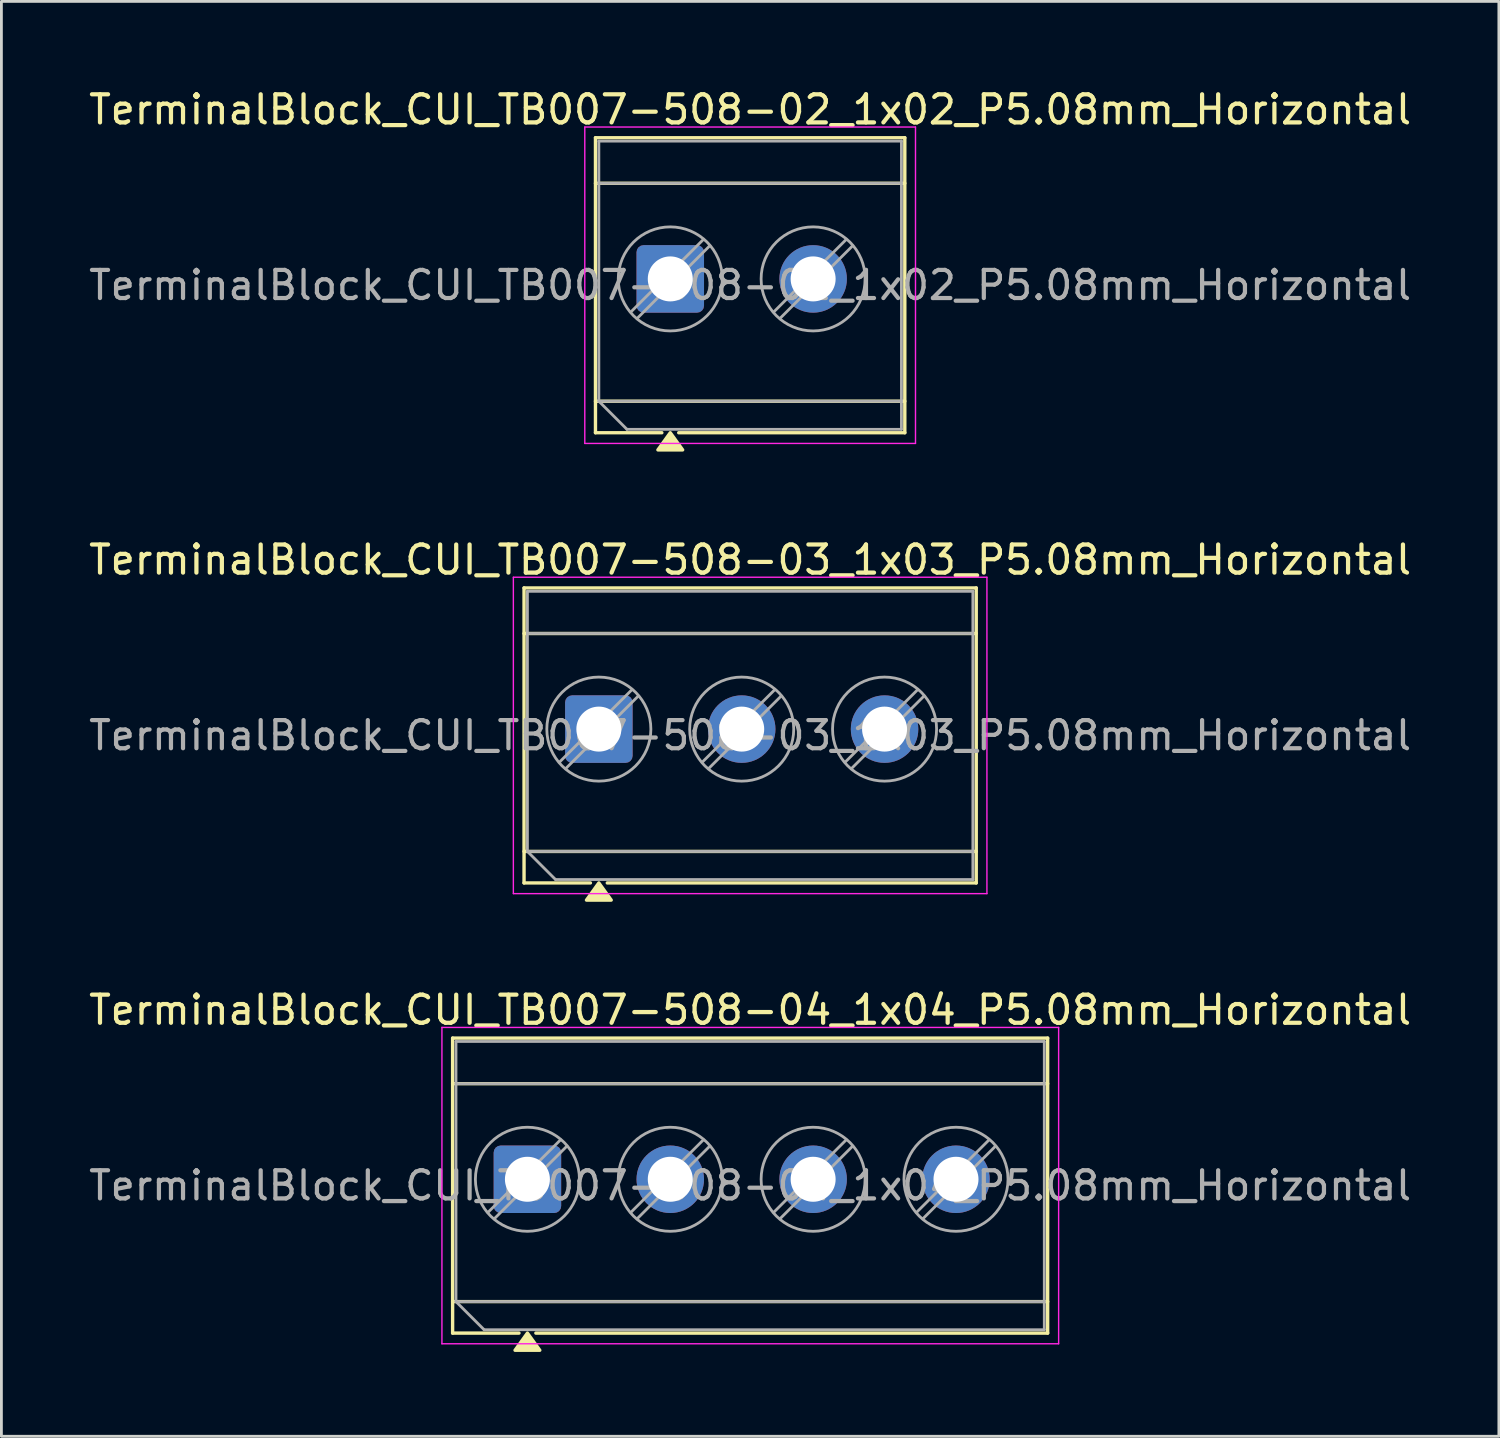
<source format=kicad_pcb>
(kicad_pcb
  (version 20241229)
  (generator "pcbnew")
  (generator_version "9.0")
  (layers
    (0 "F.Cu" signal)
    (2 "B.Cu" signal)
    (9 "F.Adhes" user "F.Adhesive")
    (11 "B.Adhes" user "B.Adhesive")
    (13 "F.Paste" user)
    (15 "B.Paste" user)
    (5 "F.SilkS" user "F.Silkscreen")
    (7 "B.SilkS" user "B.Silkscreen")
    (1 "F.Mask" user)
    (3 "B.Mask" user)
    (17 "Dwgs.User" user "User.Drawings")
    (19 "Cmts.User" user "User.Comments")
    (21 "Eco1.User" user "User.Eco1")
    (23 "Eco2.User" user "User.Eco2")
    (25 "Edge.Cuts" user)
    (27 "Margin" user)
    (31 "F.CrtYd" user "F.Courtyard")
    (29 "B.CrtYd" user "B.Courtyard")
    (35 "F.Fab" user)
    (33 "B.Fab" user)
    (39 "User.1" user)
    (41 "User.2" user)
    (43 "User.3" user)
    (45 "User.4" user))
  (footprint "TerminalBlock_CUI_TB007-508-04_1x04_P5.08mm_Horizontal"
    (layer "F.Cu")
    (at 15.705 38.885)
    (property "Reference" "TerminalBlock_CUI_TB007-508-04_1x04_P5.08mm_Horizontal" (at 7.92 -6.02 0) (layer "F.SilkS") (effects (font (size 1 1) (thickness 0.15))))
    (attr through_hole)
    (fp_line (start -2.66 -5.02) (end 18.5 -5.02) (stroke (width 0.12) (type solid)) (layer "F.SilkS"))
    (fp_line (start -2.66 -3.4) (end 18.5 -3.4) (stroke (width 0.12) (type solid)) (layer "F.SilkS"))
    (fp_line (start -2.66 4.35) (end 18.5 4.35) (stroke (width 0.12) (type solid)) (layer "F.SilkS"))
    (fp_line (start -2.66 5.47) (end -2.66 -5.02) (stroke (width 0.12) (type solid)) (layer "F.SilkS"))
    (fp_line (start -0.3 5.47) (end -2.66 5.47) (stroke (width 0.12) (type solid)) (layer "F.SilkS"))
    (fp_line (start 18.5 -5.02) (end 18.5 5.47) (stroke (width 0.12) (type solid)) (layer "F.SilkS"))
    (fp_line (start 18.5 5.47) (end 0.3 5.47) (stroke (width 0.12) (type solid)) (layer "F.SilkS"))
    (fp_poly (pts (xy 0 5.47) (xy 0.44 6.08) (xy -0.44 6.08)) (stroke (width 0.12) (type solid)) (fill yes) (layer "F.SilkS"))
    (fp_line (start -3.04 -5.4) (end -3.04 5.85) (stroke (width 0.05) (type solid)) (layer "F.CrtYd"))
    (fp_line (start -3.04 5.85) (end 18.89 5.85) (stroke (width 0.05) (type solid)) (layer "F.CrtYd"))
    (fp_line (start 18.89 -5.4) (end -3.04 -5.4) (stroke (width 0.05) (type solid)) (layer "F.CrtYd"))
    (fp_line (start 18.89 5.85) (end 18.89 -5.4) (stroke (width 0.05) (type solid)) (layer "F.CrtYd"))
    (fp_line (start -2.54 -4.9) (end 18.38 -4.9) (stroke (width 0.1) (type solid)) (layer "F.Fab"))
    (fp_line (start -2.54 -3.4) (end 18.38 -3.4) (stroke (width 0.1) (type solid)) (layer "F.Fab"))
    (fp_line (start -2.54 4.35) (end -2.54 -4.9) (stroke (width 0.1) (type solid)) (layer "F.Fab"))
    (fp_line (start -2.54 4.35) (end 18.38 4.35) (stroke (width 0.1) (type solid)) (layer "F.Fab"))
    (fp_line (start -1.54 5.35) (end -2.54 4.35) (stroke (width 0.1) (type solid)) (layer "F.Fab"))
    (fp_line (start 1.177 -1.403) (end -1.403 1.177) (stroke (width 0.1) (type solid)) (layer "F.Fab"))
    (fp_line (start 1.403 -1.177) (end -1.177 1.403) (stroke (width 0.1) (type solid)) (layer "F.Fab"))
    (fp_line (start 6.257 -1.403) (end 3.677 1.177) (stroke (width 0.1) (type solid)) (layer "F.Fab"))
    (fp_line (start 6.483 -1.177) (end 3.903 1.403) (stroke (width 0.1) (type solid)) (layer "F.Fab"))
    (fp_line (start 11.337 -1.403) (end 8.757 1.177) (stroke (width 0.1) (type solid)) (layer "F.Fab"))
    (fp_line (start 11.563 -1.177) (end 8.983 1.403) (stroke (width 0.1) (type solid)) (layer "F.Fab"))
    (fp_line (start 16.417 -1.403) (end 13.837 1.177) (stroke (width 0.1) (type solid)) (layer "F.Fab"))
    (fp_line (start 16.643 -1.177) (end 14.063 1.403) (stroke (width 0.1) (type solid)) (layer "F.Fab"))
    (fp_line (start 18.38 -4.9) (end 18.38 5.35) (stroke (width 0.1) (type solid)) (layer "F.Fab"))
    (fp_line (start 18.38 5.35) (end -1.54 5.35) (stroke (width 0.1) (type solid)) (layer "F.Fab"))
    (fp_circle (center 0 0) (end 1.85 0) (stroke (width 0.1) (type solid)) (fill no) (layer "F.Fab"))
    (fp_circle (center 5.08 0) (end 6.93 0) (stroke (width 0.1) (type solid)) (fill no) (layer "F.Fab"))
    (fp_circle (center 10.16 0) (end 12.01 0) (stroke (width 0.1) (type solid)) (fill no) (layer "F.Fab"))
    (fp_circle (center 15.24 0) (end 17.09 0) (stroke (width 0.1) (type solid)) (fill no) (layer "F.Fab"))
    (fp_text user "${REFERENCE}" (at 7.92 0.225 0) (layer "F.Fab") (effects (font (size 1 1) (thickness 0.15))))
    (pad "1" thru_hole roundrect (at 0 0) (size 2.4 2.4) (drill 1.6) (layers "*.Cu" "*.Mask") (roundrect_rratio 0.104))
    (pad "2" thru_hole circle (at 5.08 0) (size 2.4 2.4) (drill 1.6) (layers "*.Cu" "*.Mask"))
    (pad "3" thru_hole circle (at 10.16 0) (size 2.4 2.4) (drill 1.6) (layers "*.Cu" "*.Mask"))
    (pad "4" thru_hole circle (at 15.24 0) (size 2.4 2.4) (drill 1.6) (layers "*.Cu" "*.Mask")))
  (footprint "TerminalBlock_CUI_TB007-508-03_1x03_P5.08mm_Horizontal"
    (layer "F.Cu")
    (at 18.245 22.877)
    (property "Reference" "TerminalBlock_CUI_TB007-508-03_1x03_P5.08mm_Horizontal" (at 5.38 -6.02 0) (layer "F.SilkS") (effects (font (size 1 1) (thickness 0.15))))
    (attr through_hole)
    (fp_line (start -2.66 -5.02) (end 13.42 -5.02) (stroke (width 0.12) (type solid)) (layer "F.SilkS"))
    (fp_line (start -2.66 -3.4) (end 13.42 -3.4) (stroke (width 0.12) (type solid)) (layer "F.SilkS"))
    (fp_line (start -2.66 4.35) (end 13.42 4.35) (stroke (width 0.12) (type solid)) (layer "F.SilkS"))
    (fp_line (start -2.66 5.47) (end -2.66 -5.02) (stroke (width 0.12) (type solid)) (layer "F.SilkS"))
    (fp_line (start -0.3 5.47) (end -2.66 5.47) (stroke (width 0.12) (type solid)) (layer "F.SilkS"))
    (fp_line (start 13.42 -5.02) (end 13.42 5.47) (stroke (width 0.12) (type solid)) (layer "F.SilkS"))
    (fp_line (start 13.42 5.47) (end 0.3 5.47) (stroke (width 0.12) (type solid)) (layer "F.SilkS"))
    (fp_poly (pts (xy 0 5.47) (xy 0.44 6.08) (xy -0.44 6.08)) (stroke (width 0.12) (type solid)) (fill yes) (layer "F.SilkS"))
    (fp_line (start -3.04 -5.4) (end -3.04 5.85) (stroke (width 0.05) (type solid)) (layer "F.CrtYd"))
    (fp_line (start -3.04 5.85) (end 13.8 5.85) (stroke (width 0.05) (type solid)) (layer "F.CrtYd"))
    (fp_line (start 13.8 -5.4) (end -3.04 -5.4) (stroke (width 0.05) (type solid)) (layer "F.CrtYd"))
    (fp_line (start 13.8 5.85) (end 13.8 -5.4) (stroke (width 0.05) (type solid)) (layer "F.CrtYd"))
    (fp_line (start -2.54 -4.9) (end 13.3 -4.9) (stroke (width 0.1) (type solid)) (layer "F.Fab"))
    (fp_line (start -2.54 -3.4) (end 13.3 -3.4) (stroke (width 0.1) (type solid)) (layer "F.Fab"))
    (fp_line (start -2.54 4.35) (end -2.54 -4.9) (stroke (width 0.1) (type solid)) (layer "F.Fab"))
    (fp_line (start -2.54 4.35) (end 13.3 4.35) (stroke (width 0.1) (type solid)) (layer "F.Fab"))
    (fp_line (start -1.54 5.35) (end -2.54 4.35) (stroke (width 0.1) (type solid)) (layer "F.Fab"))
    (fp_line (start 1.177 -1.403) (end -1.403 1.177) (stroke (width 0.1) (type solid)) (layer "F.Fab"))
    (fp_line (start 1.403 -1.177) (end -1.177 1.403) (stroke (width 0.1) (type solid)) (layer "F.Fab"))
    (fp_line (start 6.257 -1.403) (end 3.677 1.177) (stroke (width 0.1) (type solid)) (layer "F.Fab"))
    (fp_line (start 6.483 -1.177) (end 3.903 1.403) (stroke (width 0.1) (type solid)) (layer "F.Fab"))
    (fp_line (start 11.337 -1.403) (end 8.757 1.177) (stroke (width 0.1) (type solid)) (layer "F.Fab"))
    (fp_line (start 11.563 -1.177) (end 8.983 1.403) (stroke (width 0.1) (type solid)) (layer "F.Fab"))
    (fp_line (start 13.3 -4.9) (end 13.3 5.35) (stroke (width 0.1) (type solid)) (layer "F.Fab"))
    (fp_line (start 13.3 5.35) (end -1.54 5.35) (stroke (width 0.1) (type solid)) (layer "F.Fab"))
    (fp_circle (center 0 0) (end 1.85 0) (stroke (width 0.1) (type solid)) (fill no) (layer "F.Fab"))
    (fp_circle (center 5.08 0) (end 6.93 0) (stroke (width 0.1) (type solid)) (fill no) (layer "F.Fab"))
    (fp_circle (center 10.16 0) (end 12.01 0) (stroke (width 0.1) (type solid)) (fill no) (layer "F.Fab"))
    (fp_text user "${REFERENCE}" (at 5.38 0.225 0) (layer "F.Fab") (effects (font (size 1 1) (thickness 0.15))))
    (pad "1" thru_hole roundrect (at 0 0) (size 2.4 2.4) (drill 1.6) (layers "*.Cu" "*.Mask") (roundrect_rratio 0.104))
    (pad "2" thru_hole circle (at 5.08 0) (size 2.4 2.4) (drill 1.6) (layers "*.Cu" "*.Mask"))
    (pad "3" thru_hole circle (at 10.16 0) (size 2.4 2.4) (drill 1.6) (layers "*.Cu" "*.Mask")))
  (footprint "TerminalBlock_CUI_TB007-508-02_1x02_P5.08mm_Horizontal"
    (layer "F.Cu")
    (at 20.785 6.868)
    (property "Reference" "TerminalBlock_CUI_TB007-508-02_1x02_P5.08mm_Horizontal" (at 2.84 -6.02 0) (layer "F.SilkS") (effects (font (size 1 1) (thickness 0.15))))
    (attr through_hole)
    (fp_line (start -2.66 -5.02) (end 8.34 -5.02) (stroke (width 0.12) (type solid)) (layer "F.SilkS"))
    (fp_line (start -2.66 -3.4) (end 8.34 -3.4) (stroke (width 0.12) (type solid)) (layer "F.SilkS"))
    (fp_line (start -2.66 4.35) (end 8.34 4.35) (stroke (width 0.12) (type solid)) (layer "F.SilkS"))
    (fp_line (start -2.66 5.47) (end -2.66 -5.02) (stroke (width 0.12) (type solid)) (layer "F.SilkS"))
    (fp_line (start -0.3 5.47) (end -2.66 5.47) (stroke (width 0.12) (type solid)) (layer "F.SilkS"))
    (fp_line (start 8.34 -5.02) (end 8.34 5.47) (stroke (width 0.12) (type solid)) (layer "F.SilkS"))
    (fp_line (start 8.34 5.47) (end 0.3 5.47) (stroke (width 0.12) (type solid)) (layer "F.SilkS"))
    (fp_poly (pts (xy 0 5.47) (xy 0.44 6.08) (xy -0.44 6.08)) (stroke (width 0.12) (type solid)) (fill yes) (layer "F.SilkS"))
    (fp_line (start -3.04 -5.4) (end -3.04 5.85) (stroke (width 0.05) (type solid)) (layer "F.CrtYd"))
    (fp_line (start -3.04 5.85) (end 8.72 5.85) (stroke (width 0.05) (type solid)) (layer "F.CrtYd"))
    (fp_line (start 8.72 -5.4) (end -3.04 -5.4) (stroke (width 0.05) (type solid)) (layer "F.CrtYd"))
    (fp_line (start 8.72 5.85) (end 8.72 -5.4) (stroke (width 0.05) (type solid)) (layer "F.CrtYd"))
    (fp_line (start -2.54 -4.9) (end 8.22 -4.9) (stroke (width 0.1) (type solid)) (layer "F.Fab"))
    (fp_line (start -2.54 -3.4) (end 8.22 -3.4) (stroke (width 0.1) (type solid)) (layer "F.Fab"))
    (fp_line (start -2.54 4.35) (end -2.54 -4.9) (stroke (width 0.1) (type solid)) (layer "F.Fab"))
    (fp_line (start -2.54 4.35) (end 8.22 4.35) (stroke (width 0.1) (type solid)) (layer "F.Fab"))
    (fp_line (start -1.54 5.35) (end -2.54 4.35) (stroke (width 0.1) (type solid)) (layer "F.Fab"))
    (fp_line (start 1.177 -1.403) (end -1.403 1.177) (stroke (width 0.1) (type solid)) (layer "F.Fab"))
    (fp_line (start 1.403 -1.177) (end -1.177 1.403) (stroke (width 0.1) (type solid)) (layer "F.Fab"))
    (fp_line (start 6.257 -1.403) (end 3.677 1.177) (stroke (width 0.1) (type solid)) (layer "F.Fab"))
    (fp_line (start 6.483 -1.177) (end 3.903 1.403) (stroke (width 0.1) (type solid)) (layer "F.Fab"))
    (fp_line (start 8.22 -4.9) (end 8.22 5.35) (stroke (width 0.1) (type solid)) (layer "F.Fab"))
    (fp_line (start 8.22 5.35) (end -1.54 5.35) (stroke (width 0.1) (type solid)) (layer "F.Fab"))
    (fp_circle (center 0 0) (end 1.85 0) (stroke (width 0.1) (type solid)) (fill no) (layer "F.Fab"))
    (fp_circle (center 5.08 0) (end 6.93 0) (stroke (width 0.1) (type solid)) (fill no) (layer "F.Fab"))
    (fp_text user "${REFERENCE}" (at 2.84 0.225 0) (layer "F.Fab") (effects (font (size 1 1) (thickness 0.15))))
    (pad "1" thru_hole roundrect (at 0 0) (size 2.4 2.4) (drill 1.6) (layers "*.Cu" "*.Mask") (roundrect_rratio 0.104))
    (pad "2" thru_hole circle (at 5.08 0) (size 2.4 2.4) (drill 1.6) (layers "*.Cu" "*.Mask")))
  (gr_rect
    (start -3 -3)
    (end 50.25 48.025)
    (stroke (width 0.1) (type default))
    (fill no)
    (layer "Edge.Cuts")))
</source>
